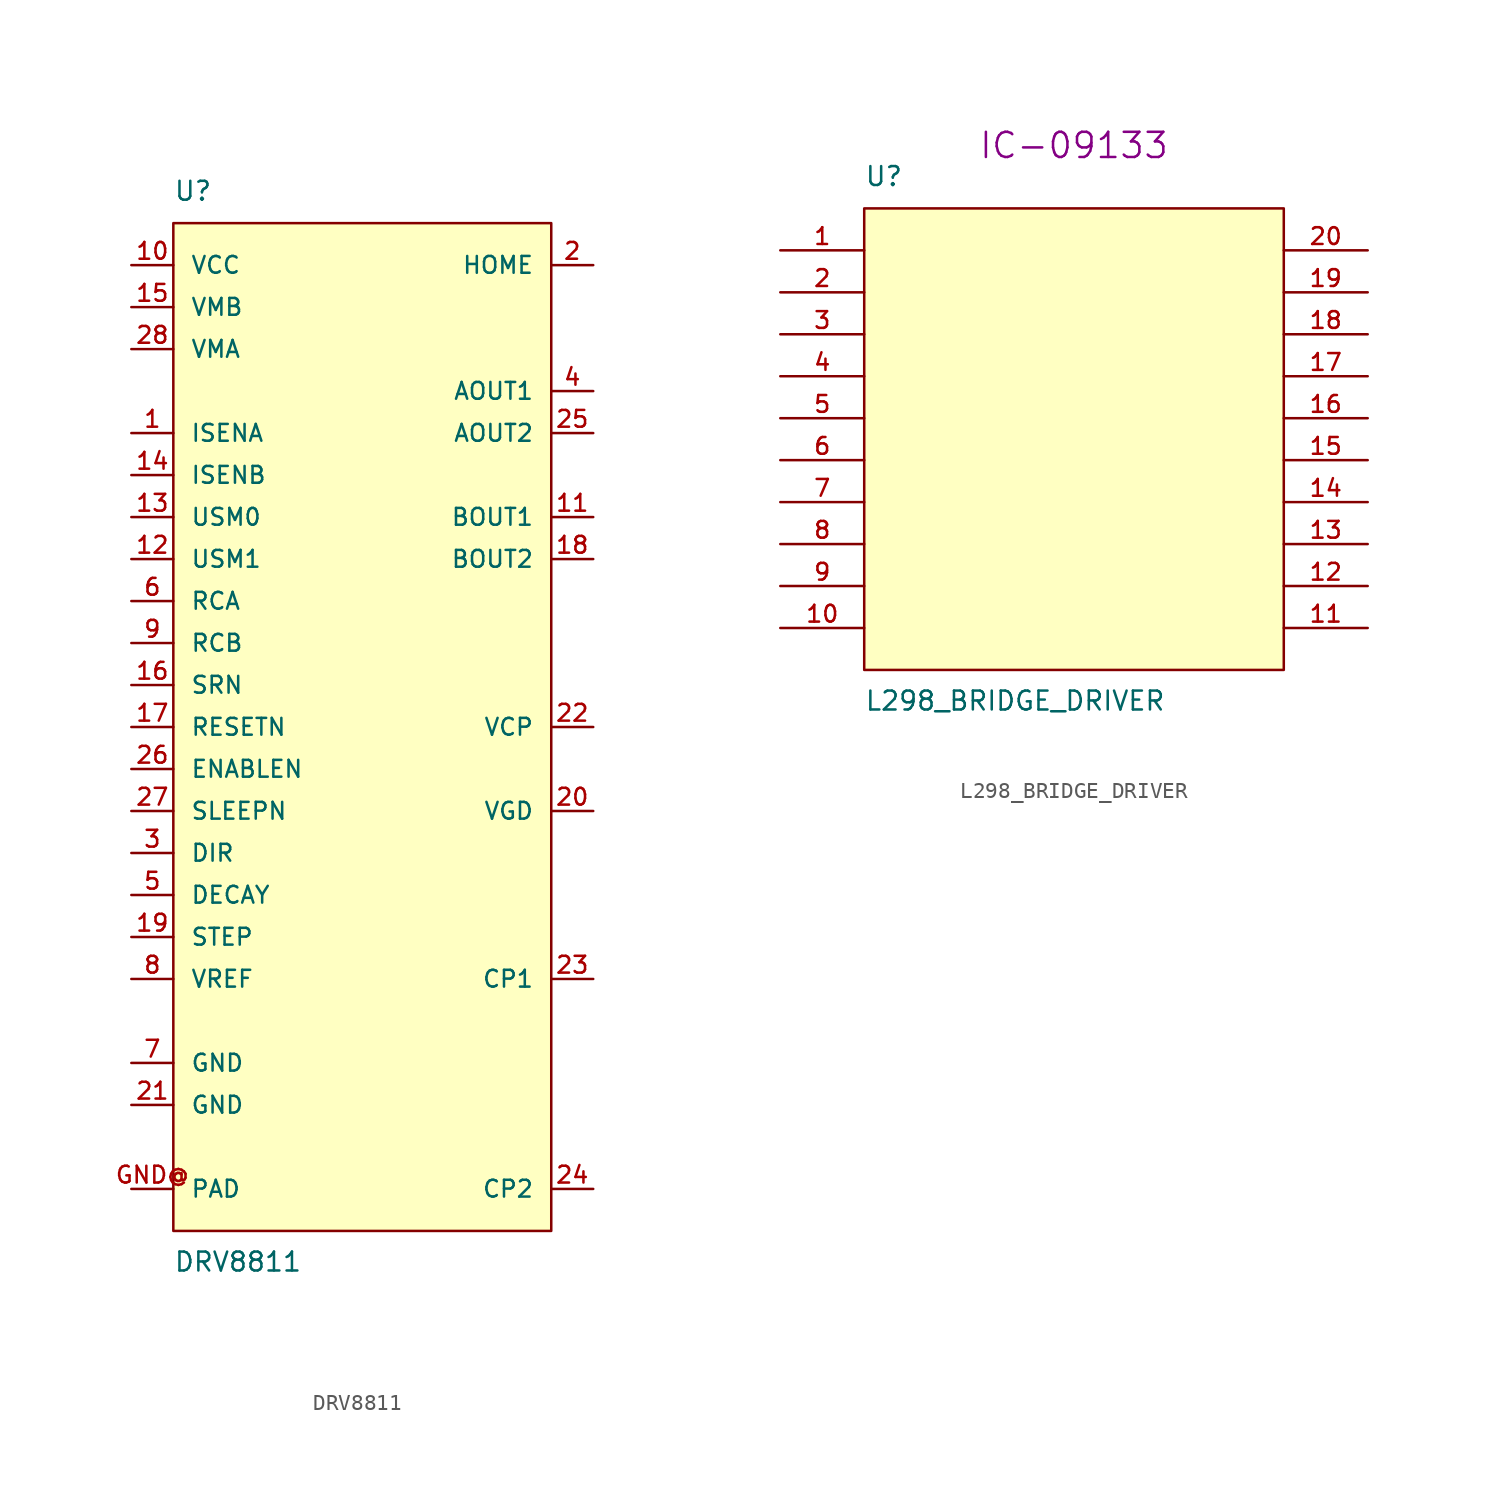
<source format=kicad_sym>
(kicad_symbol_lib
  (version 20220914)
  (generator kicad_symbol_editor)
  (symbol "DRV8811"
    (pin_names
      (offset 1.016))
    (property "Reference" "U"
      (at -11.43 29.21 0)
      (effects (font (size 1.143 1.143)) (justify left bottom)))
    (property "Value" "DRV8811"
      (at -11.43 -35.56 0)
      (effects (font (size 1.143 1.143)) (justify left bottom)))
    (property "ki_locked" ""
      (at 0 0 0)
      (effects (font (size 1.27 1.27))))
    (symbol "DRV8811_1_1"
      (polyline (pts (xy -11.43 27.94) (xy 11.43 27.94) (xy 11.43 -33.02) (xy -11.43 -33.02) (xy -11.43 27.94)) (stroke (width 0) (type solid)) (fill (type background)))
      (pin bidirectional line (at -13.97 15.24 0) (length 2.54) (name "ISENA" (effects (font (size 1.016 1.016)))) (number "1" (effects (font (size 1.016 1.016)))))
      (pin bidirectional line (at -13.97 25.4 0) (length 2.54) (name "VCC" (effects (font (size 1.016 1.016)))) (number "10" (effects (font (size 1.016 1.016)))))
      (pin bidirectional line (at 13.97 10.16 180) (length 2.54) (name "BOUT1" (effects (font (size 1.016 1.016)))) (number "11" (effects (font (size 1.016 1.016)))))
      (pin bidirectional line (at -13.97 7.62 0) (length 2.54) (name "USM1" (effects (font (size 1.016 1.016)))) (number "12" (effects (font (size 1.016 1.016)))))
      (pin bidirectional line (at -13.97 10.16 0) (length 2.54) (name "USM0" (effects (font (size 1.016 1.016)))) (number "13" (effects (font (size 1.016 1.016)))))
      (pin bidirectional line (at -13.97 12.7 0) (length 2.54) (name "ISENB" (effects (font (size 1.016 1.016)))) (number "14" (effects (font (size 1.016 1.016)))))
      (pin bidirectional line (at -13.97 22.86 0) (length 2.54) (name "VMB" (effects (font (size 1.016 1.016)))) (number "15" (effects (font (size 1.016 1.016)))))
      (pin bidirectional line (at -13.97 0 0) (length 2.54) (name "SRN" (effects (font (size 1.016 1.016)))) (number "16" (effects (font (size 1.016 1.016)))))
      (pin bidirectional line (at -13.97 -2.54 0) (length 2.54) (name "RESETN" (effects (font (size 1.016 1.016)))) (number "17" (effects (font (size 1.016 1.016)))))
      (pin bidirectional line (at 13.97 7.62 180) (length 2.54) (name "BOUT2" (effects (font (size 1.016 1.016)))) (number "18" (effects (font (size 1.016 1.016)))))
      (pin bidirectional line (at -13.97 -15.24 0) (length 2.54) (name "STEP" (effects (font (size 1.016 1.016)))) (number "19" (effects (font (size 1.016 1.016)))))
      (pin bidirectional line (at 13.97 25.4 180) (length 2.54) (name "HOME" (effects (font (size 1.016 1.016)))) (number "2" (effects (font (size 1.016 1.016)))))
      (pin bidirectional line (at 13.97 -7.62 180) (length 2.54) (name "VGD" (effects (font (size 1.016 1.016)))) (number "20" (effects (font (size 1.016 1.016)))))
      (pin bidirectional line (at -13.97 -25.4 0) (length 2.54) (name "GND" (effects (font (size 1.016 1.016)))) (number "21" (effects (font (size 1.016 1.016)))))
      (pin bidirectional line (at 13.97 -2.54 180) (length 2.54) (name "VCP" (effects (font (size 1.016 1.016)))) (number "22" (effects (font (size 1.016 1.016)))))
      (pin bidirectional line (at 13.97 -17.78 180) (length 2.54) (name "CP1" (effects (font (size 1.016 1.016)))) (number "23" (effects (font (size 1.016 1.016)))))
      (pin bidirectional line (at 13.97 -30.48 180) (length 2.54) (name "CP2" (effects (font (size 1.016 1.016)))) (number "24" (effects (font (size 1.016 1.016)))))
      (pin bidirectional line (at 13.97 15.24 180) (length 2.54) (name "AOUT2" (effects (font (size 1.016 1.016)))) (number "25" (effects (font (size 1.016 1.016)))))
      (pin bidirectional line (at -13.97 -5.08 0) (length 2.54) (name "ENABLEN" (effects (font (size 1.016 1.016)))) (number "26" (effects (font (size 1.016 1.016)))))
      (pin bidirectional line (at -13.97 -7.62 0) (length 2.54) (name "SLEEPN" (effects (font (size 1.016 1.016)))) (number "27" (effects (font (size 1.016 1.016)))))
      (pin bidirectional line (at -13.97 20.32 0) (length 2.54) (name "VMA" (effects (font (size 1.016 1.016)))) (number "28" (effects (font (size 1.016 1.016)))))
      (pin bidirectional line (at -13.97 -10.16 0) (length 2.54) (name "DIR" (effects (font (size 1.016 1.016)))) (number "3" (effects (font (size 1.016 1.016)))))
      (pin bidirectional line (at 13.97 17.78 180) (length 2.54) (name "AOUT1" (effects (font (size 1.016 1.016)))) (number "4" (effects (font (size 1.016 1.016)))))
      (pin bidirectional line (at -13.97 -12.7 0) (length 2.54) (name "DECAY" (effects (font (size 1.016 1.016)))) (number "5" (effects (font (size 1.016 1.016)))))
      (pin bidirectional line (at -13.97 5.08 0) (length 2.54) (name "RCA" (effects (font (size 1.016 1.016)))) (number "6" (effects (font (size 1.016 1.016)))))
      (pin bidirectional line (at -13.97 -22.86 0) (length 2.54) (name "GND" (effects (font (size 1.016 1.016)))) (number "7" (effects (font (size 1.016 1.016)))))
      (pin bidirectional line (at -13.97 -17.78 0) (length 2.54) (name "VREF" (effects (font (size 1.016 1.016)))) (number "8" (effects (font (size 1.016 1.016)))))
      (pin bidirectional line (at -13.97 2.54 0) (length 2.54) (name "RCB" (effects (font (size 1.016 1.016)))) (number "9" (effects (font (size 1.016 1.016)))))
      (pin bidirectional line (at -13.97 -30.48 0) (length 2.54) (name "PAD" (effects (font (size 1.016 1.016)))) (number "GND@" (effects (font (size 1.016 1.016)))))
      (pin bidirectional line (at -13.97 -30.48 0) (length 2.54) hide (name "PAD" (effects (font (size 1.016 1.016)))) (number "GND@" (effects (font (size 1.016 1.016)))))
      (pin bidirectional line (at -13.97 -30.48 0) (length 2.54) hide (name "PAD" (effects (font (size 1.016 1.016)))) (number "GND@" (effects (font (size 1.016 1.016)))))
      (pin bidirectional line (at -13.97 -30.48 0) (length 2.54) hide (name "PAD" (effects (font (size 1.016 1.016)))) (number "GND@" (effects (font (size 1.016 1.016)))))
      (pin bidirectional line (at -13.97 -30.48 0) (length 2.54) hide (name "PAD" (effects (font (size 1.016 1.016)))) (number "GND@" (effects (font (size 1.016 1.016)))))
      (pin bidirectional line (at -13.97 -30.48 0) (length 2.54) hide (name "PAD" (effects (font (size 1.016 1.016)))) (number "GND@" (effects (font (size 1.016 1.016)))))
      (pin bidirectional line (at -13.97 -30.48 0) (length 2.54) hide (name "PAD" (effects (font (size 1.016 1.016)))) (number "GND@" (effects (font (size 1.016 1.016)))))
      (pin bidirectional line (at -13.97 -30.48 0) (length 2.54) hide (name "PAD" (effects (font (size 1.016 1.016)))) (number "GND@" (effects (font (size 1.016 1.016)))))
      (pin bidirectional line (at -13.97 -30.48 0) (length 2.54) hide (name "PAD" (effects (font (size 1.016 1.016)))) (number "GND@" (effects (font (size 1.016 1.016)))))
      (pin bidirectional line (at -13.97 -30.48 0) (length 2.54) hide (name "PAD" (effects (font (size 1.016 1.016)))) (number "GND@" (effects (font (size 1.016 1.016)))))
      (pin bidirectional line (at -13.97 -30.48 0) (length 2.54) hide (name "PAD" (effects (font (size 1.016 1.016)))) (number "GND@" (effects (font (size 1.016 1.016)))))
      (pin bidirectional line (at -13.97 -30.48 0) (length 2.54) hide (name "PAD" (effects (font (size 1.016 1.016)))) (number "GND@" (effects (font (size 1.016 1.016)))))
      (pin bidirectional line (at -13.97 -30.48 0) (length 2.54) hide (name "PAD" (effects (font (size 1.016 1.016)))) (number "GND@" (effects (font (size 1.016 1.016)))))
      (pin bidirectional line (at -13.97 -30.48 0) (length 2.54) hide (name "PAD" (effects (font (size 1.016 1.016)))) (number "GND@" (effects (font (size 1.016 1.016)))))
      (pin bidirectional line (at -13.97 -30.48 0) (length 2.54) hide (name "PAD" (effects (font (size 1.016 1.016)))) (number "GND@" (effects (font (size 1.016 1.016)))))
      (pin bidirectional line (at -13.97 -30.48 0) (length 2.54) hide (name "PAD" (effects (font (size 1.016 1.016)))) (number "GND@" (effects (font (size 1.016 1.016)))))
      (pin bidirectional line (at -13.97 -30.48 0) (length 2.54) hide (name "PAD" (effects (font (size 1.016 1.016)))) (number "GND@" (effects (font (size 1.016 1.016)))))
      (pin bidirectional line (at -13.97 -30.48 0) (length 2.54) hide (name "PAD" (effects (font (size 1.016 1.016)))) (number "GND@" (effects (font (size 1.016 1.016)))))
      (pin bidirectional line (at -13.97 -30.48 0) (length 2.54) hide (name "PAD" (effects (font (size 1.016 1.016)))) (number "GND@" (effects (font (size 1.016 1.016)))))
      (pin bidirectional line (at -13.97 -30.48 0) (length 2.54) hide (name "PAD" (effects (font (size 1.016 1.016)))) (number "GND@" (effects (font (size 1.016 1.016)))))
      (pin bidirectional line (at -13.97 -30.48 0) (length 2.54) hide (name "PAD" (effects (font (size 1.016 1.016)))) (number "GND@" (effects (font (size 1.016 1.016)))))
      (pin bidirectional line (at -13.97 -30.48 0) (length 2.54) hide (name "PAD" (effects (font (size 1.016 1.016)))) (number "GND@" (effects (font (size 1.016 1.016)))))))
  (symbol "L298_BRIDGE_DRIVER"
    (pin_names
      (offset 1.016) hide)
    (property "Reference" "U"
      (at -12.7 16.51 0)
      (effects (font (size 1.143 1.143)) (justify left bottom)))
    (property "Value" "L298_BRIDGE_DRIVER"
      (at -12.7 -15.24 0)
      (effects (font (size 1.143 1.143)) (justify left bottom)))
    (property "Field4" "IC-09133"
      (at 0 19.05 0)
      (effects (font (size 1.524 1.524))))
    (property "ki_locked" ""
      (at 0 0 0)
      (effects (font (size 1.27 1.27))))
    (symbol "L298_BRIDGE_DRIVER_1_1"
      (polyline (pts (xy -12.7 -12.7) (xy 12.7 -12.7) (xy 12.7 15.24) (xy -12.7 15.24) (xy -12.7 -12.7)) (stroke (width 0) (type solid)) (fill (type background)))
      (pin bidirectional line (at -17.78 12.7 0) (length 5.08) (name "GND" (effects (font (size 1.016 1.016)))) (number "1" (effects (font (size 1.016 1.016)))))
      (pin bidirectional line (at -17.78 -10.16 0) (length 5.08) (name "GND" (effects (font (size 1.016 1.016)))) (number "10" (effects (font (size 1.016 1.016)))))
      (pin bidirectional line (at 17.78 -10.16 180) (length 5.08) (name "GND" (effects (font (size 1.016 1.016)))) (number "11" (effects (font (size 1.016 1.016)))))
      (pin bidirectional line (at 17.78 -7.62 180) (length 5.08) (name "VSS" (effects (font (size 1.016 1.016)))) (number "12" (effects (font (size 1.016 1.016)))))
      (pin bidirectional line (at 17.78 -5.08 180) (length 5.08) (name "IN3" (effects (font (size 1.016 1.016)))) (number "13" (effects (font (size 1.016 1.016)))))
      (pin bidirectional line (at 17.78 -2.54 180) (length 5.08) (name "ENB" (effects (font (size 1.016 1.016)))) (number "14" (effects (font (size 1.016 1.016)))))
      (pin bidirectional line (at 17.78 0 180) (length 5.08) (name "IN4" (effects (font (size 1.016 1.016)))) (number "15" (effects (font (size 1.016 1.016)))))
      (pin bidirectional line (at 17.78 2.54 180) (length 5.08) (name "OUT3" (effects (font (size 1.016 1.016)))) (number "16" (effects (font (size 1.016 1.016)))))
      (pin bidirectional line (at 17.78 5.08 180) (length 5.08) (name "OUT4" (effects (font (size 1.016 1.016)))) (number "17" (effects (font (size 1.016 1.016)))))
      (pin bidirectional line (at 17.78 7.62 180) (length 5.08) (name "NC" (effects (font (size 1.016 1.016)))) (number "18" (effects (font (size 1.016 1.016)))))
      (pin bidirectional line (at 17.78 10.16 180) (length 5.08) (name "SENSE_B" (effects (font (size 1.016 1.016)))) (number "19" (effects (font (size 1.016 1.016)))))
      (pin bidirectional line (at -17.78 10.16 0) (length 5.08) (name "SENSE_A" (effects (font (size 1.016 1.016)))) (number "2" (effects (font (size 1.016 1.016)))))
      (pin bidirectional line (at 17.78 12.7 180) (length 5.08) (name "GND" (effects (font (size 1.016 1.016)))) (number "20" (effects (font (size 1.016 1.016)))))
      (pin bidirectional line (at -17.78 7.62 0) (length 5.08) (name "NC" (effects (font (size 1.016 1.016)))) (number "3" (effects (font (size 1.016 1.016)))))
      (pin bidirectional line (at -17.78 5.08 0) (length 5.08) (name "OUT1" (effects (font (size 1.016 1.016)))) (number "4" (effects (font (size 1.016 1.016)))))
      (pin bidirectional line (at -17.78 2.54 0) (length 5.08) (name "OUT2" (effects (font (size 1.016 1.016)))) (number "5" (effects (font (size 1.016 1.016)))))
      (pin bidirectional line (at -17.78 0 0) (length 5.08) (name "VS" (effects (font (size 1.016 1.016)))) (number "6" (effects (font (size 1.016 1.016)))))
      (pin bidirectional line (at -17.78 -2.54 0) (length 5.08) (name "IN1" (effects (font (size 1.016 1.016)))) (number "7" (effects (font (size 1.016 1.016)))))
      (pin bidirectional line (at -17.78 -5.08 0) (length 5.08) (name "ENA" (effects (font (size 1.016 1.016)))) (number "8" (effects (font (size 1.016 1.016)))))
      (pin bidirectional line (at -17.78 -7.62 0) (length 5.08) (name "IN2" (effects (font (size 1.016 1.016)))) (number "9" (effects (font (size 1.016 1.016))))))))
</source>
